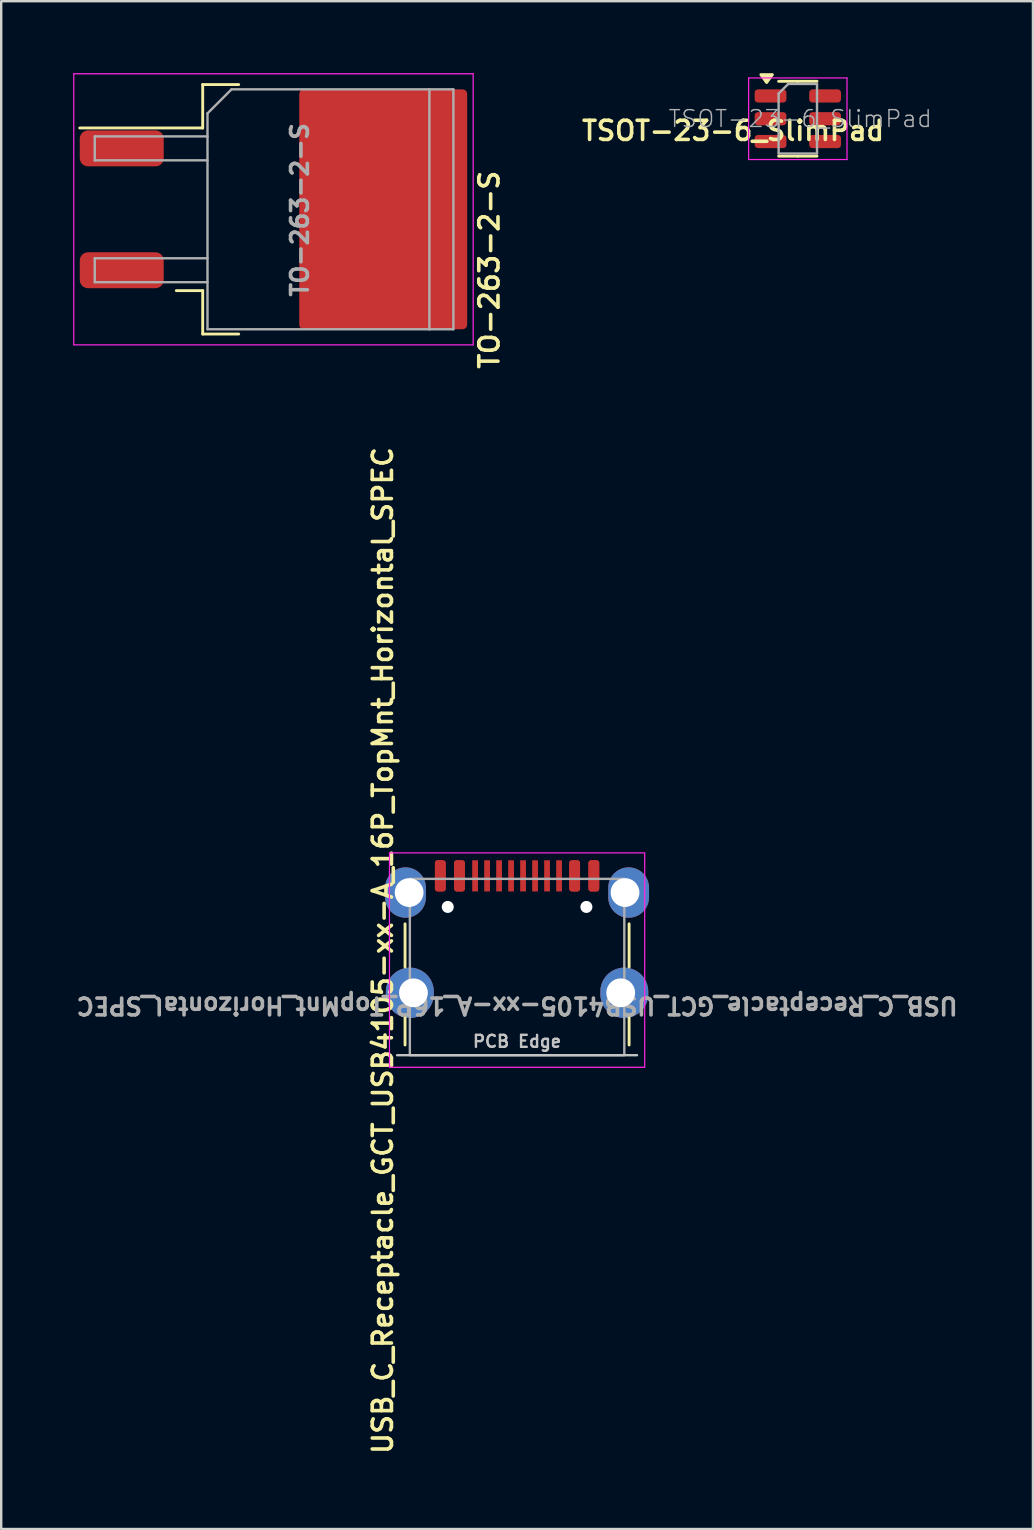
<source format=kicad_pcb>
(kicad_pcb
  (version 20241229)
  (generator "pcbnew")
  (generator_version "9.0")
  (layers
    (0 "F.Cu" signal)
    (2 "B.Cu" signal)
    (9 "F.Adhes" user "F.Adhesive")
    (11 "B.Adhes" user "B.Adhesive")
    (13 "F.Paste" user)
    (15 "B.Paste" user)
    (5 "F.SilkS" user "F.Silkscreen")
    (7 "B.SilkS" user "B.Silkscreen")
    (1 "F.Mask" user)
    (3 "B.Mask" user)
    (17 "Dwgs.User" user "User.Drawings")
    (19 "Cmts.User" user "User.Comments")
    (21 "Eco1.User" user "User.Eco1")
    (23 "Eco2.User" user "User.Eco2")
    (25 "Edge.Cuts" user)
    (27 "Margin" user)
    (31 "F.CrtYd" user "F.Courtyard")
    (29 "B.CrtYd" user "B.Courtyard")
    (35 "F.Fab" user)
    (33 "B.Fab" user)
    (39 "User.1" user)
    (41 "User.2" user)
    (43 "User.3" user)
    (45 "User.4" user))
  (footprint "TO-263-2-S"
    (layer "F.Cu")
    (at 10.225 5.675)
    (property "Reference" "TO-263-2-S" (at 7.121 2.521 270) (layer "F.SilkS") (effects (font (size 0.8 0.8) (thickness 0.15))))
    (attr smd)
    (fp_line (start -4.825 -5.2) (end -4.825 -3.39) (stroke (width 0.12) (type solid)) (layer "F.SilkS"))
    (fp_line (start -4.825 -3.39) (end -9.95 -3.39) (stroke (width 0.12) (type solid)) (layer "F.SilkS"))
    (fp_line (start -4.825 3.39) (end -5.925 3.39) (stroke (width 0.12) (type solid)) (layer "F.SilkS"))
    (fp_line (start -4.825 5.2) (end -4.825 3.39) (stroke (width 0.12) (type solid)) (layer "F.SilkS"))
    (fp_line (start -3.325 -5.2) (end -4.825 -5.2) (stroke (width 0.12) (type solid)) (layer "F.SilkS"))
    (fp_line (start -3.325 5.2) (end -4.825 5.2) (stroke (width 0.12) (type solid)) (layer "F.SilkS"))
    (fp_line (start -10.2 -5.65) (end -10.2 5.65) (stroke (width 0.05) (type solid)) (layer "F.CrtYd"))
    (fp_line (start -10.2 5.65) (end 6.45 5.65) (stroke (width 0.05) (type solid)) (layer "F.CrtYd"))
    (fp_line (start 6.45 -5.65) (end -10.2 -5.65) (stroke (width 0.05) (type solid)) (layer "F.CrtYd"))
    (fp_line (start 6.45 5.65) (end 6.45 -5.65) (stroke (width 0.05) (type solid)) (layer "F.CrtYd"))
    (fp_line (start -9.325 -3.04) (end -9.325 -2.04) (stroke (width 0.1) (type solid)) (layer "F.Fab"))
    (fp_line (start -9.325 -2.04) (end -4.625 -2.04) (stroke (width 0.1) (type solid)) (layer "F.Fab"))
    (fp_line (start -9.325 2.04) (end -9.325 3.04) (stroke (width 0.1) (type solid)) (layer "F.Fab"))
    (fp_line (start -9.325 3.04) (end -4.625 3.04) (stroke (width 0.1) (type solid)) (layer "F.Fab"))
    (fp_line (start -4.625 -4) (end -3.625 -5) (stroke (width 0.1) (type solid)) (layer "F.Fab"))
    (fp_line (start -4.625 -3.04) (end -9.325 -3.04) (stroke (width 0.1) (type solid)) (layer "F.Fab"))
    (fp_line (start -4.625 2.04) (end -9.325 2.04) (stroke (width 0.1) (type solid)) (layer "F.Fab"))
    (fp_line (start -4.625 5) (end -4.625 -4) (stroke (width 0.1) (type solid)) (layer "F.Fab"))
    (fp_line (start -3.625 -5) (end 4.625 -5) (stroke (width 0.1) (type solid)) (layer "F.Fab"))
    (fp_line (start 4.625 -5) (end 4.625 5) (stroke (width 0.1) (type solid)) (layer "F.Fab"))
    (fp_line (start 4.625 -5) (end 5.625 -5) (stroke (width 0.1) (type solid)) (layer "F.Fab"))
    (fp_line (start 4.625 5) (end -4.625 5) (stroke (width 0.1) (type solid)) (layer "F.Fab"))
    (fp_line (start 5.625 -5) (end 5.625 5) (stroke (width 0.1) (type solid)) (layer "F.Fab"))
    (fp_line (start 5.625 5) (end 4.625 5) (stroke (width 0.1) (type solid)) (layer "F.Fab"))
    (fp_text user "${REFERENCE}" (at -0.779 0.021 270) (layer "F.Fab") (effects (font (size 0.7 0.7) (thickness 0.15))))
    (pad "1" smd roundrect (at -8.2 -2.54) (size 3.5 1.5) (layers "F.Cu" "F.Mask" "F.Paste") (roundrect_rratio 0.227))
    (pad "2" smd roundrect (at 1 -2.6) (size 3 4.5) (layers "F.Cu" "F.Paste") (roundrect_rratio 0.055))
    (pad "2" smd roundrect (at 1 2.6) (size 3 4.5) (layers "F.Cu" "F.Paste") (roundrect_rratio 0.055))
    (pad "2" smd roundrect (at 2.7 0) (size 7 10) (layers "F.Cu" "F.Mask") (roundrect_rratio 0.027))
    (pad "2" smd roundrect (at 4.4 -2.6) (size 3 4.5) (layers "F.Cu" "F.Paste") (roundrect_rratio 0.055))
    (pad "2" smd roundrect (at 4.4 2.6) (size 3 4.5) (layers "F.Cu" "F.Paste") (roundrect_rratio 0.055))
    (pad "3" smd roundrect (at -8.2 2.54) (size 3.5 1.5) (layers "F.Cu" "F.Mask" "F.Paste") (roundrect_rratio 0.227)))
  (footprint "TSOT-23-6_SlimPad"
    (layer "F.Cu")
    (at 30.208 1.9)
    (property "Reference" "TSOT-23-6_SlimPad" (at -2.7 0.5 180) (layer "F.SilkS") (effects (font (size 0.8 0.8) (thickness 0.15))))
    (attr smd)
    (fp_line (start 0 -1.56) (end -0.8 -1.56) (stroke (width 0.12) (type solid)) (layer "F.SilkS"))
    (fp_line (start 0 -1.56) (end 0.8 -1.56) (stroke (width 0.12) (type solid)) (layer "F.SilkS"))
    (fp_line (start 0 1.56) (end -0.8 1.56) (stroke (width 0.12) (type solid)) (layer "F.SilkS"))
    (fp_line (start 0 1.56) (end 0.8 1.56) (stroke (width 0.12) (type solid)) (layer "F.SilkS"))
    (fp_poly (pts (xy -1.3 -1.51) (xy -1.54 -1.84) (xy -1.06 -1.84) (xy -1.3 -1.51)) (stroke (width 0.12) (type solid)) (fill yes) (layer "F.SilkS"))
    (fp_line (start -2.05 -1.7) (end -2.05 1.7) (stroke (width 0.05) (type solid)) (layer "F.CrtYd"))
    (fp_line (start -2.05 1.7) (end 2.05 1.7) (stroke (width 0.05) (type solid)) (layer "F.CrtYd"))
    (fp_line (start 2.05 -1.7) (end -2.05 -1.7) (stroke (width 0.05) (type solid)) (layer "F.CrtYd"))
    (fp_line (start 2.05 1.7) (end 2.05 -1.7) (stroke (width 0.05) (type solid)) (layer "F.CrtYd"))
    (fp_line (start -0.8 -1.05) (end -0.4 -1.45) (stroke (width 0.1) (type solid)) (layer "F.Fab"))
    (fp_line (start -0.8 1.45) (end -0.8 -1.05) (stroke (width 0.1) (type solid)) (layer "F.Fab"))
    (fp_line (start -0.4 -1.45) (end 0.8 -1.45) (stroke (width 0.1) (type solid)) (layer "F.Fab"))
    (fp_line (start 0.8 -1.45) (end 0.8 1.45) (stroke (width 0.1) (type solid)) (layer "F.Fab"))
    (fp_line (start 0.8 1.45) (end -0.8 1.45) (stroke (width 0.1) (type solid)) (layer "F.Fab"))
    (fp_text user "${REFERENCE}" (at 0.1 0 180) (layer "F.Fab") (effects (font (size 0.7 0.7) (thickness 0.06))))
    (pad "1" smd roundrect (at -1.137 -0.95) (size 1.325 0.55) (layers "F.Cu" "F.Mask" "F.Paste") (roundrect_rratio 0.25))
    (pad "2" smd roundrect (at -1.137 0) (size 1.325 0.55) (layers "F.Cu" "F.Mask" "F.Paste") (roundrect_rratio 0.25))
    (pad "3" smd roundrect (at -1.137 0.95) (size 1.325 0.55) (layers "F.Cu" "F.Mask" "F.Paste") (roundrect_rratio 0.25))
    (pad "4" smd roundrect (at 1.137 0.95) (size 1.325 0.55) (layers "F.Cu" "F.Mask" "F.Paste") (roundrect_rratio 0.25))
    (pad "5" smd roundrect (at 1.137 0) (size 1.325 0.55) (layers "F.Cu" "F.Mask" "F.Paste") (roundrect_rratio 0.25))
    (pad "6" smd roundrect (at 1.137 -0.95) (size 1.325 0.55) (layers "F.Cu" "F.Mask" "F.Paste") (roundrect_rratio 0.25)))
  (footprint "USB_C_Receptacle_GCT_USB4105-xx-A_16P_TopMnt_Horizontal_SPEC"
    (layer "F.Cu")
    (at 18.505 37.262)
    (property "Reference" "USB_C_Receptacle_GCT_USB4105-xx-A_16P_TopMnt_Horizontal_SPEC" (at -5.6 -0.69 90) (unlocked yes) (layer "F.SilkS") (effects (font (size 0.8 0.8) (thickness 0.15))))
    (attr smd)
    (fp_line (start -4.67 0) (end -4.67 -1.8) (stroke (width 0.12) (type solid)) (layer "F.SilkS"))
    (fp_line (start -4.67 2.1) (end -4.67 3.25) (stroke (width 0.12) (type solid)) (layer "F.SilkS"))
    (fp_line (start 4.67 0) (end 4.67 -1.8) (stroke (width 0.12) (type solid)) (layer "F.SilkS"))
    (fp_line (start 4.67 2.1) (end 4.67 3.25) (stroke (width 0.12) (type solid)) (layer "F.SilkS"))
    (fp_line (start 5 3.675) (end -5 3.675) (stroke (width 0.1) (type solid)) (layer "Dwgs.User"))
    (fp_rect (start -5.32 -4.76) (end 5.32 4.18) (stroke (width 0.05) (type solid)) (fill no) (layer "F.CrtYd"))
    (fp_rect (start -4.47 -3.675) (end 4.47 3.675) (stroke (width 0.1) (type solid)) (fill no) (layer "F.Fab"))
    (fp_text user "PCB Edge" (at 0 3.1 0) (unlocked yes) (layer "Dwgs.User") (effects (font (size 0.5 0.5) (thickness 0.1))))
    (fp_text user "${REFERENCE}" (at 0 1.61 180) (unlocked yes) (layer "F.Fab") (effects (font (size 0.7 0.7) (thickness 0.15))))
    (pad "" np_thru_hole circle (at -2.89 -2.505) (size 0.5 0.5) (drill 0.8) (layers "*.Cu" "*.Mask"))
    (pad "" np_thru_hole circle (at 2.89 -2.505) (size 0.5 0.5) (drill 0.8) (layers "*.Cu" "*.Mask"))
    (pad "A1" smd roundrect (at -3.2 -3.8) (size 0.45 1.3) (layers "F.Cu" "F.Mask" "F.Paste") (roundrect_rratio 0.25))
    (pad "A4" smd roundrect (at -2.4 -3.8) (size 0.45 1.3) (layers "F.Cu" "F.Mask" "F.Paste") (roundrect_rratio 0.25))
    (pad "A5" smd rect (at -1.25 -3.8) (size 0.24 1.3) (layers "F.Cu" "F.Mask" "F.Paste"))
    (pad "A6" smd rect (at -0.25 -3.8) (size 0.24 1.3) (layers "F.Cu" "F.Mask" "F.Paste"))
    (pad "A7" smd rect (at 0.25 -3.8) (size 0.24 1.3) (layers "F.Cu" "F.Mask" "F.Paste"))
    (pad "A8" smd rect (at 1.25 -3.8) (size 0.24 1.3) (layers "F.Cu" "F.Mask" "F.Paste"))
    (pad "A9" smd roundrect (at 2.4 -3.8) (size 0.45 1.3) (layers "F.Cu" "F.Mask" "F.Paste") (roundrect_rratio 0.25))
    (pad "A12" smd roundrect (at 3.2 -3.8) (size 0.45 1.3) (layers "F.Cu" "F.Mask" "F.Paste") (roundrect_rratio 0.25))
    (pad "B1" smd roundrect (at 3.2 -3.8) (size 0.45 1.3) (layers "F.Cu" "F.Mask" "F.Paste") (roundrect_rratio 0.25))
    (pad "B4" smd roundrect (at 2.4 -3.8) (size 0.45 1.3) (layers "F.Cu" "F.Mask" "F.Paste") (roundrect_rratio 0.25))
    (pad "B5" smd rect (at 1.75 -3.8) (size 0.24 1.3) (layers "F.Cu" "F.Mask" "F.Paste"))
    (pad "B6" smd rect (at 0.75 -3.8) (size 0.24 1.3) (layers "F.Cu" "F.Mask" "F.Paste"))
    (pad "B7" smd rect (at -0.75 -3.8) (size 0.24 1.3) (layers "F.Cu" "F.Mask" "F.Paste"))
    (pad "B8" smd rect (at -1.75 -3.8) (size 0.24 1.3) (layers "F.Cu" "F.Mask" "F.Paste"))
    (pad "B9" smd roundrect (at -2.4 -3.8) (size 0.45 1.3) (layers "F.Cu" "F.Mask" "F.Paste") (roundrect_rratio 0.25))
    (pad "B12" smd roundrect (at -3.2 -3.8) (size 0.45 1.3) (layers "F.Cu" "F.Mask" "F.Paste") (roundrect_rratio 0.25))
    (pad "S1" thru_hole oval (at -4.5 -3.105) (size 1.7 2.1) (drill 1.2 (offset -0.15 0)) (layers "*.Cu" "*.Mask"))
    (pad "S1" thru_hole oval (at -4.32 1.075) (size 2 2.1) (drill 1.2 (offset -0.15 0)) (layers "*.Cu" "*.Mask"))
    (pad "S1" thru_hole oval (at 4.32 1.075) (size 2 2.1) (drill 1.2 (offset 0.15 0)) (layers "*.Cu" "*.Mask"))
    (pad "S1" thru_hole oval (at 4.5 -3.105) (size 1.7 2.1) (drill 1.2 (offset 0.15 0)) (layers "*.Cu" "*.Mask")))
  (gr_rect
    (start -3 -3)
    (end 40.01 60.688)
    (stroke (width 0.1) (type default))
    (fill no)
    (layer "Edge.Cuts")))
</source>
